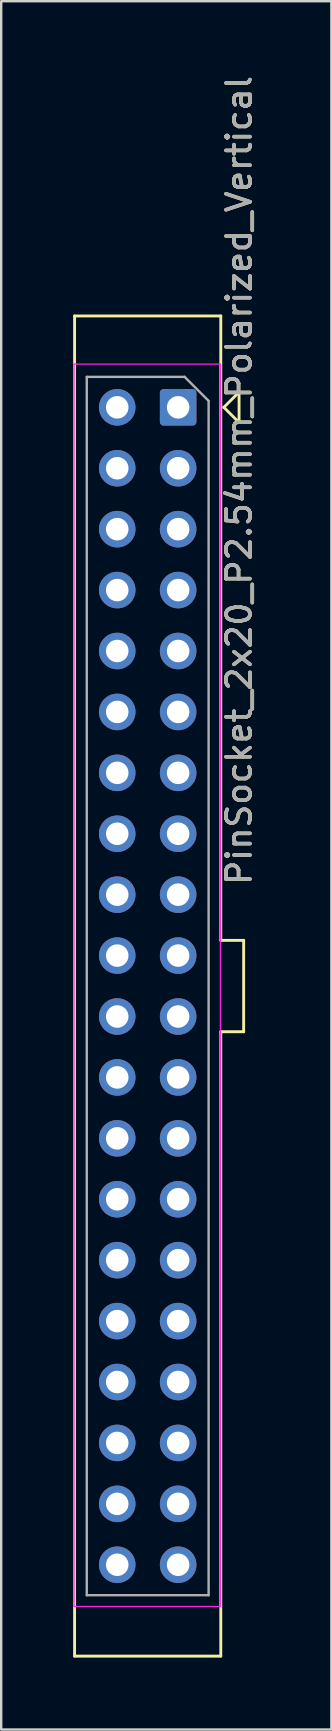
<source format=kicad_pcb>
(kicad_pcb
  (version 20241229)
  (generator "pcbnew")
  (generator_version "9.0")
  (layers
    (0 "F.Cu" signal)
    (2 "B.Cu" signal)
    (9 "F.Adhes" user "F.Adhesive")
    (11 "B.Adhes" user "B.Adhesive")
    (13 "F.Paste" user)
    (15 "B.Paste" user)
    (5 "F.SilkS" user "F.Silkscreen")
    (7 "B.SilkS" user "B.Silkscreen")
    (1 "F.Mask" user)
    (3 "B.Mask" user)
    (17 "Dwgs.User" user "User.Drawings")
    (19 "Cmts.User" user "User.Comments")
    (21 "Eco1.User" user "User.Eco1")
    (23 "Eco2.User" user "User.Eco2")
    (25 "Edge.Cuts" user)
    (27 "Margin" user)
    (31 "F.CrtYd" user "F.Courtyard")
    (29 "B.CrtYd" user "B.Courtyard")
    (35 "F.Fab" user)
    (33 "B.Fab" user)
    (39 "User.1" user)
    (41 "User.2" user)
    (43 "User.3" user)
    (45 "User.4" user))
  (footprint "PinSocket_2x20_P2.54mm_Polarized_Vertical"
    (layer "F.Cu")
    (at 4.378 13.934)
    (property "Reference" "PinSocket_2x20_P2.54mm_Polarized_Vertical" (at 2.54 3.048 270) (layer "F.SilkS") (effects (font (size 1 1) (thickness 0.15))))
    (attr through_hole)
    (fp_line (start -4.318 -3.81) (end -4.318 52.07) (stroke (width 0.12) (type solid)) (layer "F.SilkS"))
    (fp_line (start -4.318 -3.81) (end 1.778 -3.81) (stroke (width 0.12) (type solid)) (layer "F.SilkS"))
    (fp_line (start -4.318 52.07) (end 1.778 52.07) (stroke (width 0.12) (type solid)) (layer "F.SilkS"))
    (fp_line (start 1.778 -3.81) (end 1.778 22.225) (stroke (width 0.12) (type solid)) (layer "F.SilkS"))
    (fp_line (start 1.778 22.225) (end 2.731 22.225) (stroke (width 0.12) (type solid)) (layer "F.SilkS"))
    (fp_line (start 1.778 26.035) (end 1.778 52.07) (stroke (width 0.12) (type solid)) (layer "F.SilkS"))
    (fp_line (start 1.905 0) (end 2.54 -0.635) (stroke (width 0.12) (type solid)) (layer "F.SilkS"))
    (fp_line (start 1.905 0) (end 2.54 0.635) (stroke (width 0.12) (type solid)) (layer "F.SilkS"))
    (fp_line (start 2.54 -0.635) (end 2.54 0.635) (stroke (width 0.12) (type solid)) (layer "F.SilkS"))
    (fp_line (start 2.731 22.225) (end 2.731 26.035) (stroke (width 0.12) (type solid)) (layer "F.SilkS"))
    (fp_line (start 2.731 26.035) (end 1.778 26.035) (stroke (width 0.12) (type solid)) (layer "F.SilkS"))
    (fp_line (start -4.34 -1.8) (end 1.76 -1.8) (stroke (width 0.05) (type solid)) (layer "F.CrtYd"))
    (fp_line (start -4.34 50) (end -4.34 -1.8) (stroke (width 0.05) (type solid)) (layer "F.CrtYd"))
    (fp_line (start 1.76 -1.8) (end 1.76 50) (stroke (width 0.05) (type solid)) (layer "F.CrtYd"))
    (fp_line (start 1.76 50) (end -4.34 50) (stroke (width 0.05) (type solid)) (layer "F.CrtYd"))
    (fp_line (start -3.81 -1.27) (end 0.27 -1.27) (stroke (width 0.1) (type solid)) (layer "F.Fab"))
    (fp_line (start -3.81 49.53) (end -3.81 -1.27) (stroke (width 0.1) (type solid)) (layer "F.Fab"))
    (fp_line (start 0.27 -1.27) (end 1.27 -0.27) (stroke (width 0.1) (type solid)) (layer "F.Fab"))
    (fp_line (start 1.27 -0.27) (end 1.27 49.53) (stroke (width 0.1) (type solid)) (layer "F.Fab"))
    (fp_line (start 1.27 49.53) (end -3.81 49.53) (stroke (width 0.1) (type solid)) (layer "F.Fab"))
    (fp_text user "${REFERENCE}" (at 2.54 3.048 270) (layer "F.Fab") (effects (font (size 1 1) (thickness 0.15))))
    (pad "1" thru_hole roundrect (at 0 0) (size 1.524 1.524) (drill 0.94) (layers "*.Cu" "*.Mask") (roundrect_rratio 0.1))
    (pad "2" thru_hole circle (at -2.54 0) (size 1.524 1.524) (drill 0.94) (layers "*.Cu" "*.Mask"))
    (pad "3" thru_hole circle (at 0 2.54) (size 1.524 1.524) (drill 0.94) (layers "*.Cu" "*.Mask"))
    (pad "4" thru_hole circle (at -2.54 2.54) (size 1.524 1.524) (drill 0.94) (layers "*.Cu" "*.Mask"))
    (pad "5" thru_hole circle (at 0 5.08) (size 1.524 1.524) (drill 0.94) (layers "*.Cu" "*.Mask"))
    (pad "6" thru_hole circle (at -2.54 5.08) (size 1.524 1.524) (drill 0.94) (layers "*.Cu" "*.Mask"))
    (pad "7" thru_hole circle (at 0 7.62) (size 1.524 1.524) (drill 0.94) (layers "*.Cu" "*.Mask"))
    (pad "8" thru_hole circle (at -2.54 7.62) (size 1.524 1.524) (drill 0.94) (layers "*.Cu" "*.Mask"))
    (pad "9" thru_hole circle (at 0 10.16) (size 1.524 1.524) (drill 0.94) (layers "*.Cu" "*.Mask"))
    (pad "10" thru_hole circle (at -2.54 10.16) (size 1.524 1.524) (drill 0.94) (layers "*.Cu" "*.Mask"))
    (pad "11" thru_hole circle (at 0 12.7) (size 1.524 1.524) (drill 0.94) (layers "*.Cu" "*.Mask"))
    (pad "12" thru_hole circle (at -2.54 12.7) (size 1.524 1.524) (drill 0.94) (layers "*.Cu" "*.Mask"))
    (pad "13" thru_hole circle (at 0 15.24) (size 1.524 1.524) (drill 0.94) (layers "*.Cu" "*.Mask"))
    (pad "14" thru_hole circle (at -2.54 15.24) (size 1.524 1.524) (drill 0.94) (layers "*.Cu" "*.Mask"))
    (pad "15" thru_hole circle (at 0 17.78) (size 1.524 1.524) (drill 0.94) (layers "*.Cu" "*.Mask"))
    (pad "16" thru_hole circle (at -2.54 17.78) (size 1.524 1.524) (drill 0.94) (layers "*.Cu" "*.Mask"))
    (pad "17" thru_hole circle (at 0 20.32) (size 1.524 1.524) (drill 0.94) (layers "*.Cu" "*.Mask"))
    (pad "18" thru_hole circle (at -2.54 20.32) (size 1.524 1.524) (drill 0.94) (layers "*.Cu" "*.Mask"))
    (pad "19" thru_hole circle (at 0 22.86) (size 1.524 1.524) (drill 0.94) (layers "*.Cu" "*.Mask"))
    (pad "20" thru_hole circle (at -2.54 22.86) (size 1.524 1.524) (drill 0.94) (layers "*.Cu" "*.Mask"))
    (pad "21" thru_hole circle (at 0 25.4) (size 1.524 1.524) (drill 0.94) (layers "*.Cu" "*.Mask"))
    (pad "22" thru_hole circle (at -2.54 25.4) (size 1.524 1.524) (drill 0.94) (layers "*.Cu" "*.Mask"))
    (pad "23" thru_hole circle (at 0 27.94) (size 1.524 1.524) (drill 0.94) (layers "*.Cu" "*.Mask"))
    (pad "24" thru_hole circle (at -2.54 27.94) (size 1.524 1.524) (drill 0.94) (layers "*.Cu" "*.Mask"))
    (pad "25" thru_hole circle (at 0 30.48) (size 1.524 1.524) (drill 0.94) (layers "*.Cu" "*.Mask"))
    (pad "26" thru_hole circle (at -2.54 30.48) (size 1.524 1.524) (drill 0.94) (layers "*.Cu" "*.Mask"))
    (pad "27" thru_hole circle (at 0 33.02) (size 1.524 1.524) (drill 0.94) (layers "*.Cu" "*.Mask"))
    (pad "28" thru_hole circle (at -2.54 33.02) (size 1.524 1.524) (drill 0.94) (layers "*.Cu" "*.Mask"))
    (pad "29" thru_hole circle (at 0 35.56) (size 1.524 1.524) (drill 0.94) (layers "*.Cu" "*.Mask"))
    (pad "30" thru_hole circle (at -2.54 35.56) (size 1.524 1.524) (drill 0.94) (layers "*.Cu" "*.Mask"))
    (pad "31" thru_hole circle (at 0 38.1) (size 1.524 1.524) (drill 0.94) (layers "*.Cu" "*.Mask"))
    (pad "32" thru_hole circle (at -2.54 38.1) (size 1.524 1.524) (drill 0.94) (layers "*.Cu" "*.Mask"))
    (pad "33" thru_hole circle (at 0 40.64) (size 1.524 1.524) (drill 0.94) (layers "*.Cu" "*.Mask"))
    (pad "34" thru_hole circle (at -2.54 40.64) (size 1.524 1.524) (drill 0.94) (layers "*.Cu" "*.Mask"))
    (pad "35" thru_hole circle (at 0 43.18) (size 1.524 1.524) (drill 0.94) (layers "*.Cu" "*.Mask"))
    (pad "36" thru_hole circle (at -2.54 43.18) (size 1.524 1.524) (drill 0.94) (layers "*.Cu" "*.Mask"))
    (pad "37" thru_hole circle (at 0 45.72) (size 1.524 1.524) (drill 0.94) (layers "*.Cu" "*.Mask"))
    (pad "38" thru_hole circle (at -2.54 45.72) (size 1.524 1.524) (drill 0.94) (layers "*.Cu" "*.Mask"))
    (pad "39" thru_hole circle (at 0 48.26) (size 1.524 1.524) (drill 0.94) (layers "*.Cu" "*.Mask"))
    (pad "40" thru_hole circle (at -2.54 48.26) (size 1.524 1.524) (drill 0.94) (layers "*.Cu" "*.Mask")))
  (gr_rect
    (start -3 -3)
    (end 10.766 69.064)
    (stroke (width 0.1) (type default))
    (fill no)
    (layer "Edge.Cuts")))
</source>
